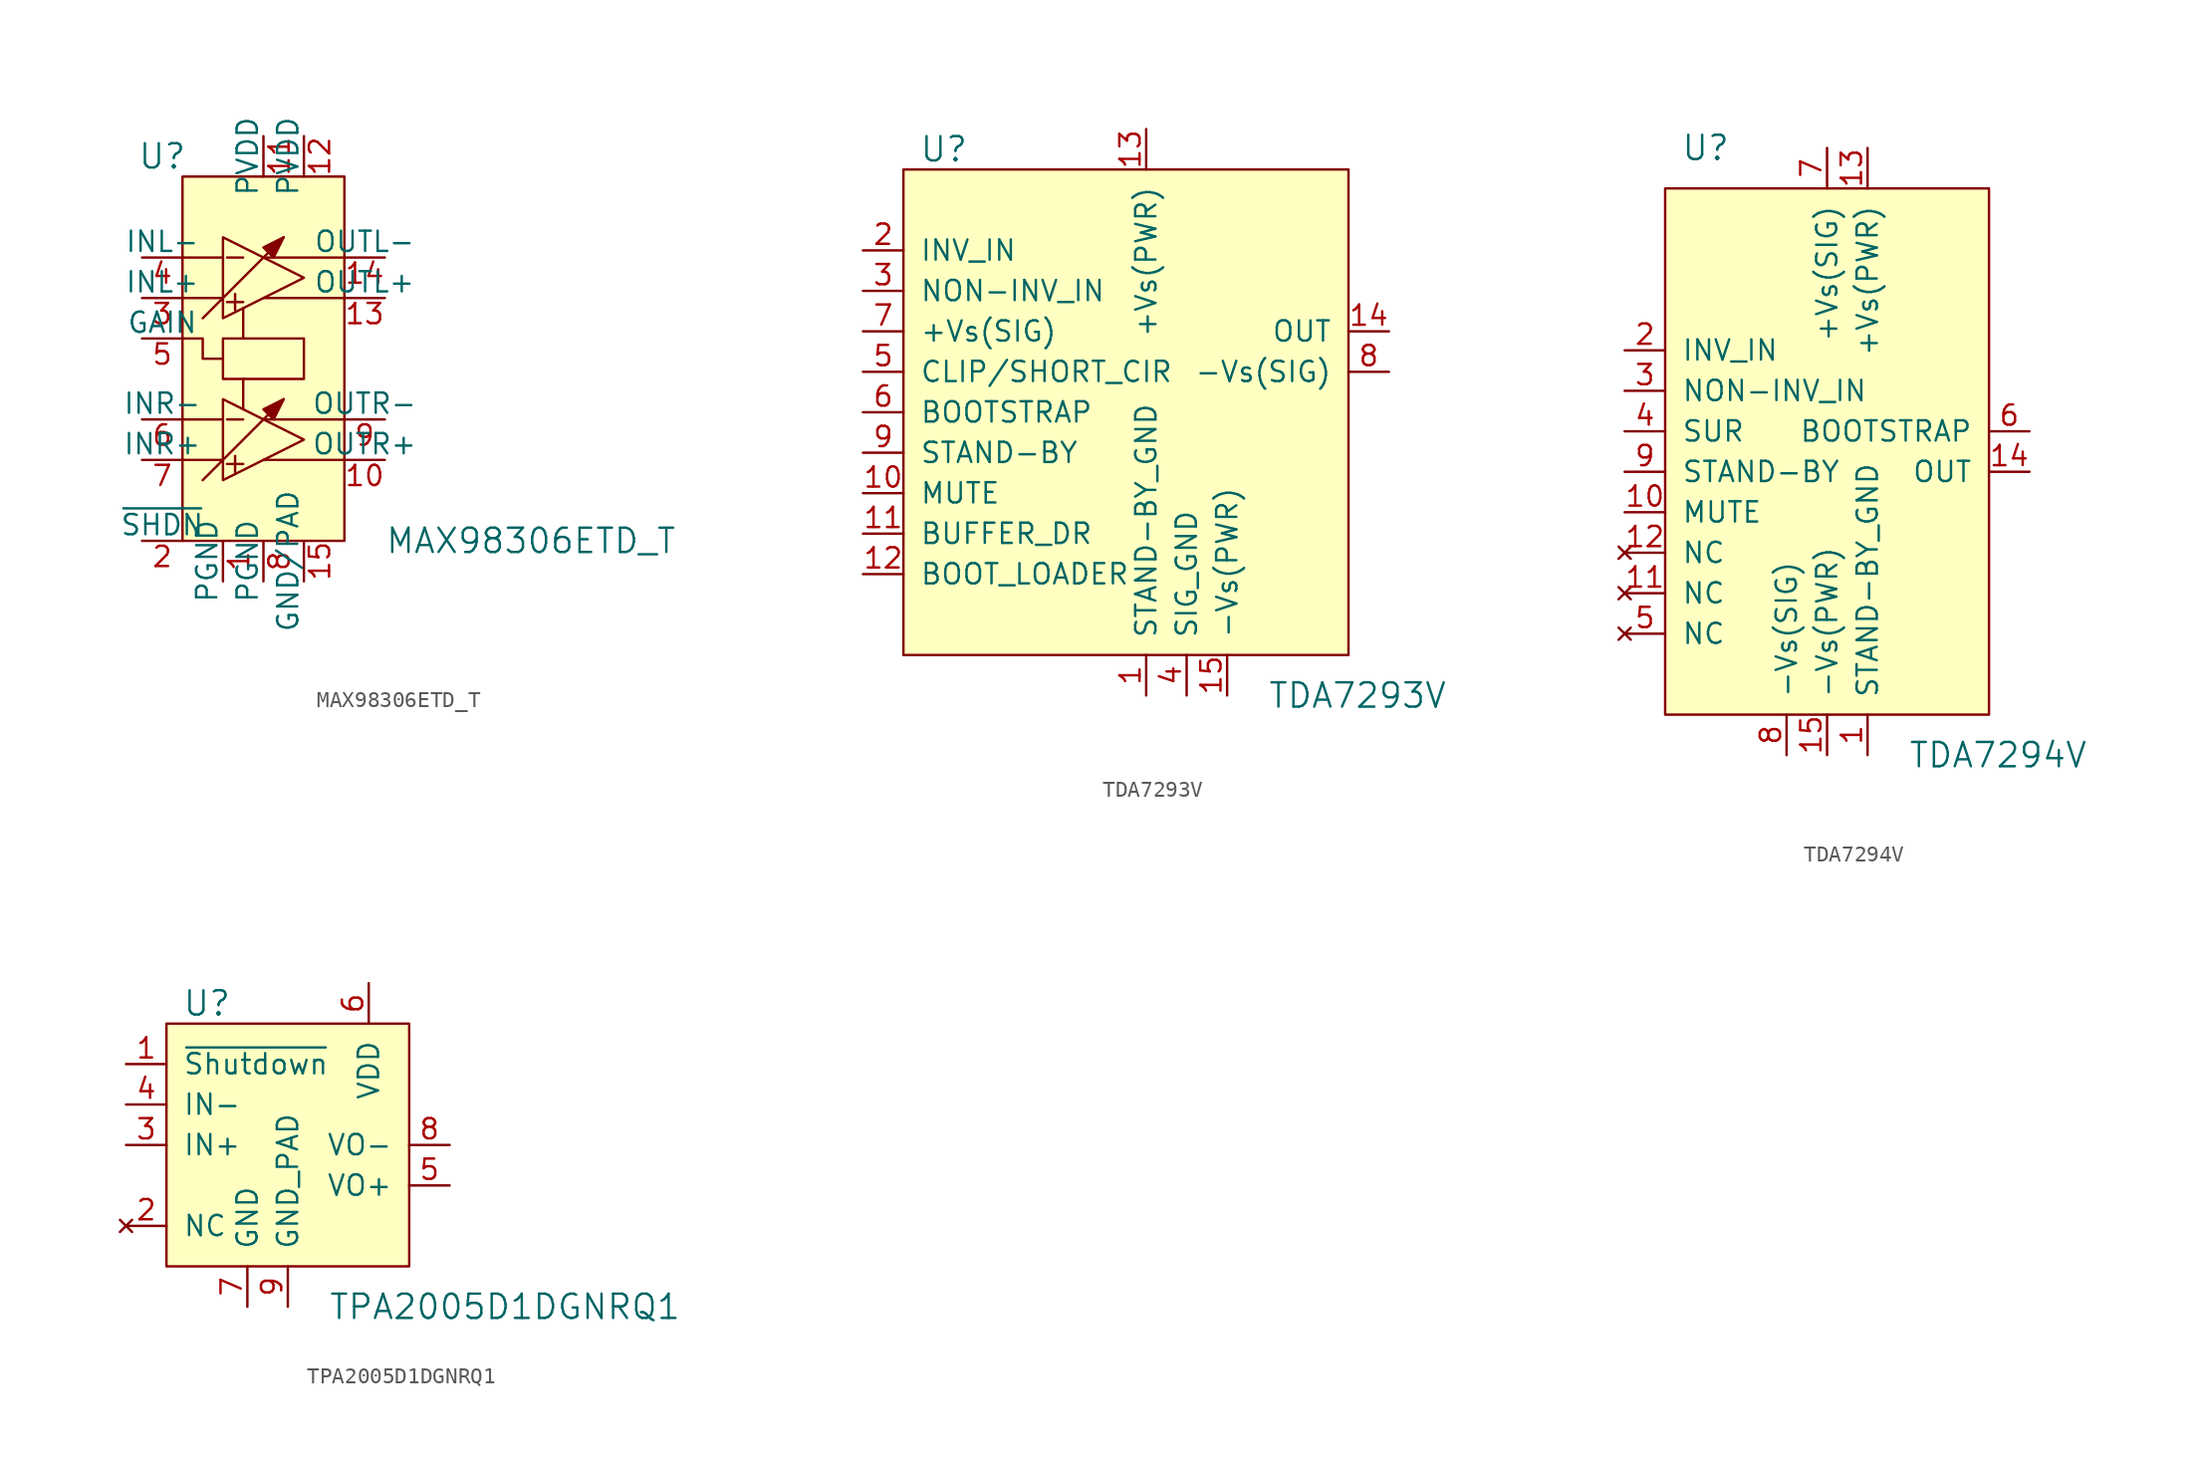
<source format=kicad_sym>
(kicad_symbol_lib
  (version 20220914)
  (generator kicad_symbol_editor)
  (symbol "MAX98306ETD_T"
    (pin_names
      (offset 0))
    (property "Reference" "U"
      (at -6.35 11.43 0)
      (effects (font (size 1.524 1.524))))
    (property "Value" "MAX98306ETD_T"
      (at 7.62 -12.7 0)
      (effects (font (size 1.524 1.524)) (justify left)))
    (symbol "MAX98306ETD_T_0_1"
      (rectangle (start -5.08 10.16) (end 5.08 -12.7) (stroke (width 0) (type solid)) (fill (type background)))
      (rectangle (start -2.54 0) (end 2.54 -2.54) (stroke (width 0) (type solid)) (fill (type none)))
      (polyline (pts (xy -5.08 -7.62) (xy -2.54 -7.62)) (stroke (width 0) (type solid)) (fill (type none)))
      (polyline (pts (xy -5.08 2.54) (xy -2.54 2.54)) (stroke (width 0) (type solid)) (fill (type none)))
      (polyline (pts (xy -3.81 -8.89) (xy 1.27 -3.81)) (stroke (width 0) (type solid)) (fill (type none)))
      (polyline (pts (xy -3.81 1.27) (xy 1.27 6.35)) (stroke (width 0) (type solid)) (fill (type none)))
      (polyline (pts (xy -2.54 -5.08) (xy -5.08 -5.08)) (stroke (width 0) (type solid)) (fill (type none)))
      (polyline (pts (xy -2.54 5.08) (xy -5.08 5.08)) (stroke (width 0) (type solid)) (fill (type none)))
      (polyline (pts (xy -2.286 -7.874) (xy -1.27 -7.874)) (stroke (width 0) (type solid)) (fill (type none)))
      (polyline (pts (xy -2.286 -5.08) (xy -1.27 -5.08)) (stroke (width 0) (type solid)) (fill (type none)))
      (polyline (pts (xy -2.286 2.286) (xy -1.27 2.286)) (stroke (width 0) (type solid)) (fill (type none)))
      (polyline (pts (xy -2.286 5.08) (xy -1.27 5.08)) (stroke (width 0) (type solid)) (fill (type none)))
      (polyline (pts (xy -1.778 -7.366) (xy -1.778 -8.382)) (stroke (width 0) (type solid)) (fill (type none)))
      (polyline (pts (xy -1.778 2.794) (xy -1.778 1.778)) (stroke (width 0) (type solid)) (fill (type none)))
      (polyline (pts (xy -1.27 -4.445) (xy -1.27 -2.54)) (stroke (width 0) (type solid)) (fill (type none)))
      (polyline (pts (xy -1.27 1.905) (xy -1.27 0)) (stroke (width 0) (type solid)) (fill (type none)))
      (polyline (pts (xy 5.08 -7.62) (xy 0 -7.62)) (stroke (width 0) (type solid)) (fill (type none)))
      (polyline (pts (xy 5.08 -5.08) (xy 0 -5.08)) (stroke (width 0) (type solid)) (fill (type none)))
      (polyline (pts (xy 5.08 2.54) (xy 0 2.54)) (stroke (width 0) (type solid)) (fill (type none)))
      (polyline (pts (xy 5.08 5.08) (xy 0 5.08)) (stroke (width 0) (type solid)) (fill (type none)))
      (polyline (pts (xy -5.08 0) (xy -3.81 0) (xy -3.81 -1.27) (xy -2.54 -1.27)) (stroke (width 0) (type solid)) (fill (type none)))
      (polyline (pts (xy -2.54 -3.81) (xy -2.54 -8.89) (xy 2.54 -6.35) (xy -2.54 -3.81)) (stroke (width 0) (type solid)) (fill (type none)))
      (polyline (pts (xy -2.54 6.35) (xy -2.54 1.27) (xy 2.54 3.81) (xy -2.54 6.35)) (stroke (width 0) (type solid)) (fill (type none)))
      (polyline (pts (xy 0 -4.445) (xy 1.27 -3.81) (xy 0.635 -5.08) (xy 0 -4.445)) (stroke (width 0) (type solid)) (fill (type outline)))
      (polyline (pts (xy 0 5.715) (xy 1.27 6.35) (xy 0.635 5.08) (xy 0 5.715)) (stroke (width 0) (type solid)) (fill (type outline))))
    (symbol "MAX98306ETD_T_1_1"
      (pin power_in line (at -2.54 -15.24 90) (length 2.54) (name "PGND" (effects (font (size 1.27 1.27)))) (number "1" (effects (font (size 1.27 1.27)))))
      (pin output line (at 7.62 -7.62 180) (length 2.54) (name "OUTR+" (effects (font (size 1.27 1.27)))) (number "10" (effects (font (size 1.27 1.27)))))
      (pin power_in line (at 0 12.7 270) (length 2.54) (name "PVDD" (effects (font (size 1.27 1.27)))) (number "11" (effects (font (size 1.27 1.27)))))
      (pin power_in line (at 2.54 12.7 270) (length 2.54) (name "PVDD" (effects (font (size 1.27 1.27)))) (number "12" (effects (font (size 1.27 1.27)))))
      (pin output line (at 7.62 2.54 180) (length 2.54) (name "OUTL+" (effects (font (size 1.27 1.27)))) (number "13" (effects (font (size 1.27 1.27)))))
      (pin output line (at 7.62 5.08 180) (length 2.54) (name "OUTL-" (effects (font (size 1.27 1.27)))) (number "14" (effects (font (size 1.27 1.27)))))
      (pin unspecified line (at 2.54 -15.24 90) (length 2.54) (name "GND/PAD" (effects (font (size 1.27 1.27)))) (number "15" (effects (font (size 1.27 1.27)))))
      (pin input line (at -7.62 -12.7 0) (length 2.54) (name "~{SHDN}" (effects (font (size 1.27 1.27)))) (number "2" (effects (font (size 1.27 1.27)))))
      (pin input line (at -7.62 2.54 0) (length 2.54) (name "INL+" (effects (font (size 1.27 1.27)))) (number "3" (effects (font (size 1.27 1.27)))))
      (pin input line (at -7.62 5.08 0) (length 2.54) (name "INL-" (effects (font (size 1.27 1.27)))) (number "4" (effects (font (size 1.27 1.27)))))
      (pin input line (at -7.62 0 0) (length 2.54) (name "GAIN" (effects (font (size 1.27 1.27)))) (number "5" (effects (font (size 1.27 1.27)))))
      (pin input line (at -7.62 -5.08 0) (length 2.54) (name "INR-" (effects (font (size 1.27 1.27)))) (number "6" (effects (font (size 1.27 1.27)))))
      (pin input line (at -7.62 -7.62 0) (length 2.54) (name "INR+" (effects (font (size 1.27 1.27)))) (number "7" (effects (font (size 1.27 1.27)))))
      (pin power_in line (at 0 -15.24 90) (length 2.54) (name "PGND" (effects (font (size 1.27 1.27)))) (number "8" (effects (font (size 1.27 1.27)))))
      (pin output line (at 7.62 -5.08 180) (length 2.54) (name "OUTR-" (effects (font (size 1.27 1.27)))) (number "9" (effects (font (size 1.27 1.27)))))))
  (symbol "TDA7293V"
    (pin_names
      (offset 1.016))
    (property "Reference" "U"
      (at -12.7 13.97 0)
      (effects (font (size 1.524 1.524))))
    (property "Value" "TDA7293V"
      (at 7.62 -20.32 0)
      (effects (font (size 1.524 1.524)) (justify left)))
    (symbol "TDA7293V_0_1"
      (rectangle (start -15.24 12.7) (end 12.7 -17.78) (stroke (width 0) (type solid)) (fill (type background))))
    (symbol "TDA7293V_1_1"
      (pin power_in line (at 0 -20.32 90) (length 2.54) (name "STAND-BY_GND" (effects (font (size 1.27 1.27)))) (number "1" (effects (font (size 1.27 1.27)))))
      (pin input line (at -17.78 -7.62 0) (length 2.54) (name "MUTE" (effects (font (size 1.27 1.27)))) (number "10" (effects (font (size 1.27 1.27)))))
      (pin input line (at -17.78 -10.16 0) (length 2.54) (name "BUFFER_DR" (effects (font (size 1.27 1.27)))) (number "11" (effects (font (size 1.27 1.27)))))
      (pin passive line (at -17.78 -12.7 0) (length 2.54) (name "BOOT_LOADER" (effects (font (size 1.27 1.27)))) (number "12" (effects (font (size 1.27 1.27)))))
      (pin power_in line (at 0 15.24 270) (length 2.54) (name "+Vs(PWR)" (effects (font (size 1.27 1.27)))) (number "13" (effects (font (size 1.27 1.27)))))
      (pin output line (at 15.24 2.54 180) (length 2.54) (name "OUT" (effects (font (size 1.27 1.27)))) (number "14" (effects (font (size 1.27 1.27)))))
      (pin power_in line (at 5.08 -20.32 90) (length 2.54) (name "-Vs(PWR)" (effects (font (size 1.27 1.27)))) (number "15" (effects (font (size 1.27 1.27)))))
      (pin input line (at -17.78 7.62 0) (length 2.54) (name "INV_IN" (effects (font (size 1.27 1.27)))) (number "2" (effects (font (size 1.27 1.27)))))
      (pin input line (at -17.78 5.08 0) (length 2.54) (name "NON-INV_IN" (effects (font (size 1.27 1.27)))) (number "3" (effects (font (size 1.27 1.27)))))
      (pin power_in line (at 2.54 -20.32 90) (length 2.54) (name "SIG_GND" (effects (font (size 1.27 1.27)))) (number "4" (effects (font (size 1.27 1.27)))))
      (pin input line (at -17.78 0 0) (length 2.54) (name "CLIP/SHORT_CIR" (effects (font (size 1.27 1.27)))) (number "5" (effects (font (size 1.27 1.27)))))
      (pin passive line (at -17.78 -2.54 0) (length 2.54) (name "BOOTSTRAP" (effects (font (size 1.27 1.27)))) (number "6" (effects (font (size 1.27 1.27)))))
      (pin input line (at -17.78 2.54 0) (length 2.54) (name "+Vs(SIG)" (effects (font (size 1.27 1.27)))) (number "7" (effects (font (size 1.27 1.27)))))
      (pin output line (at 15.24 0 180) (length 2.54) (name "-Vs(SIG)" (effects (font (size 1.27 1.27)))) (number "8" (effects (font (size 1.27 1.27)))))
      (pin input line (at -17.78 -5.08 0) (length 2.54) (name "STAND-BY" (effects (font (size 1.27 1.27)))) (number "9" (effects (font (size 1.27 1.27)))))))
  (symbol "TDA7294V"
    (pin_names
      (offset 1.016))
    (property "Reference" "U"
      (at -7.62 17.78 0)
      (effects (font (size 1.524 1.524))))
    (property "Value" "TDA7294V"
      (at 5.08 -20.32 0)
      (effects (font (size 1.524 1.524)) (justify left)))
    (symbol "TDA7294V_0_1"
      (rectangle (start -10.16 15.24) (end 10.16 -17.78) (stroke (width 0) (type solid)) (fill (type background))))
    (symbol "TDA7294V_1_1"
      (pin power_in line (at 2.54 -20.32 90) (length 2.54) (name "STAND-BY_GND" (effects (font (size 1.27 1.27)))) (number "1" (effects (font (size 1.27 1.27)))))
      (pin input line (at -12.7 -5.08 0) (length 2.54) (name "MUTE" (effects (font (size 1.27 1.27)))) (number "10" (effects (font (size 1.27 1.27)))))
      (pin no_connect line (at -12.7 -10.16 0) (length 2.54) (name "NC" (effects (font (size 1.27 1.27)))) (number "11" (effects (font (size 1.27 1.27)))))
      (pin no_connect line (at -12.7 -7.62 0) (length 2.54) (name "NC" (effects (font (size 1.27 1.27)))) (number "12" (effects (font (size 1.27 1.27)))))
      (pin power_in line (at 2.54 17.78 270) (length 2.54) (name "+Vs(PWR)" (effects (font (size 1.27 1.27)))) (number "13" (effects (font (size 1.27 1.27)))))
      (pin output line (at 12.7 -2.54 180) (length 2.54) (name "OUT" (effects (font (size 1.27 1.27)))) (number "14" (effects (font (size 1.27 1.27)))))
      (pin power_in line (at 0 -20.32 90) (length 2.54) (name "-Vs(PWR)" (effects (font (size 1.27 1.27)))) (number "15" (effects (font (size 1.27 1.27)))))
      (pin input line (at -12.7 5.08 0) (length 2.54) (name "INV_IN" (effects (font (size 1.27 1.27)))) (number "2" (effects (font (size 1.27 1.27)))))
      (pin input line (at -12.7 2.54 0) (length 2.54) (name "NON-INV_IN" (effects (font (size 1.27 1.27)))) (number "3" (effects (font (size 1.27 1.27)))))
      (pin input line (at -12.7 0 0) (length 2.54) (name "SUR" (effects (font (size 1.27 1.27)))) (number "4" (effects (font (size 1.27 1.27)))))
      (pin no_connect line (at -12.7 -12.7 0) (length 2.54) (name "NC" (effects (font (size 1.27 1.27)))) (number "5" (effects (font (size 1.27 1.27)))))
      (pin output line (at 12.7 0 180) (length 2.54) (name "BOOTSTRAP" (effects (font (size 1.27 1.27)))) (number "6" (effects (font (size 1.27 1.27)))))
      (pin power_in line (at 0 17.78 270) (length 2.54) (name "+Vs(SIG)" (effects (font (size 1.27 1.27)))) (number "7" (effects (font (size 1.27 1.27)))))
      (pin power_in line (at -2.54 -20.32 90) (length 2.54) (name "-Vs(SIG)" (effects (font (size 1.27 1.27)))) (number "8" (effects (font (size 1.27 1.27)))))
      (pin input line (at -12.7 -2.54 0) (length 2.54) (name "STAND-BY" (effects (font (size 1.27 1.27)))) (number "9" (effects (font (size 1.27 1.27)))))))
  (symbol "TPA2005D1DGNRQ1"
    (pin_names
      (offset 1.016))
    (property "Reference" "U"
      (at -10.16 6.35 0)
      (effects (font (size 1.524 1.524))))
    (property "Value" "TPA2005D1DGNRQ1"
      (at -2.54 -12.7 0)
      (effects (font (size 1.524 1.524)) (justify left)))
    (symbol "TPA2005D1DGNRQ1_0_1"
      (rectangle (start -12.7 5.08) (end 2.54 -10.16) (stroke (width 0) (type solid)) (fill (type background))))
    (symbol "TPA2005D1DGNRQ1_1_1"
      (pin input line (at -15.24 2.54 0) (length 2.54) (name "~{Shutdown}" (effects (font (size 1.27 1.27)))) (number "1" (effects (font (size 1.27 1.27)))))
      (pin no_connect line (at -15.24 -7.62 0) (length 2.54) (name "NC" (effects (font (size 1.27 1.27)))) (number "2" (effects (font (size 1.27 1.27)))))
      (pin input line (at -15.24 -2.54 0) (length 2.54) (name "IN+" (effects (font (size 1.27 1.27)))) (number "3" (effects (font (size 1.27 1.27)))))
      (pin input line (at -15.24 0 0) (length 2.54) (name "IN-" (effects (font (size 1.27 1.27)))) (number "4" (effects (font (size 1.27 1.27)))))
      (pin output line (at 5.08 -5.08 180) (length 2.54) (name "VO+" (effects (font (size 1.27 1.27)))) (number "5" (effects (font (size 1.27 1.27)))))
      (pin power_in line (at 0 7.62 270) (length 2.54) (name "VDD" (effects (font (size 1.27 1.27)))) (number "6" (effects (font (size 1.27 1.27)))))
      (pin power_in line (at -7.62 -12.7 90) (length 2.54) (name "GND" (effects (font (size 1.27 1.27)))) (number "7" (effects (font (size 1.27 1.27)))))
      (pin output line (at 5.08 -2.54 180) (length 2.54) (name "VO-" (effects (font (size 1.27 1.27)))) (number "8" (effects (font (size 1.27 1.27)))))
      (pin power_in line (at -5.08 -12.7 90) (length 2.54) (name "GND_PAD" (effects (font (size 1.27 1.27)))) (number "9" (effects (font (size 1.27 1.27))))))))
</source>
